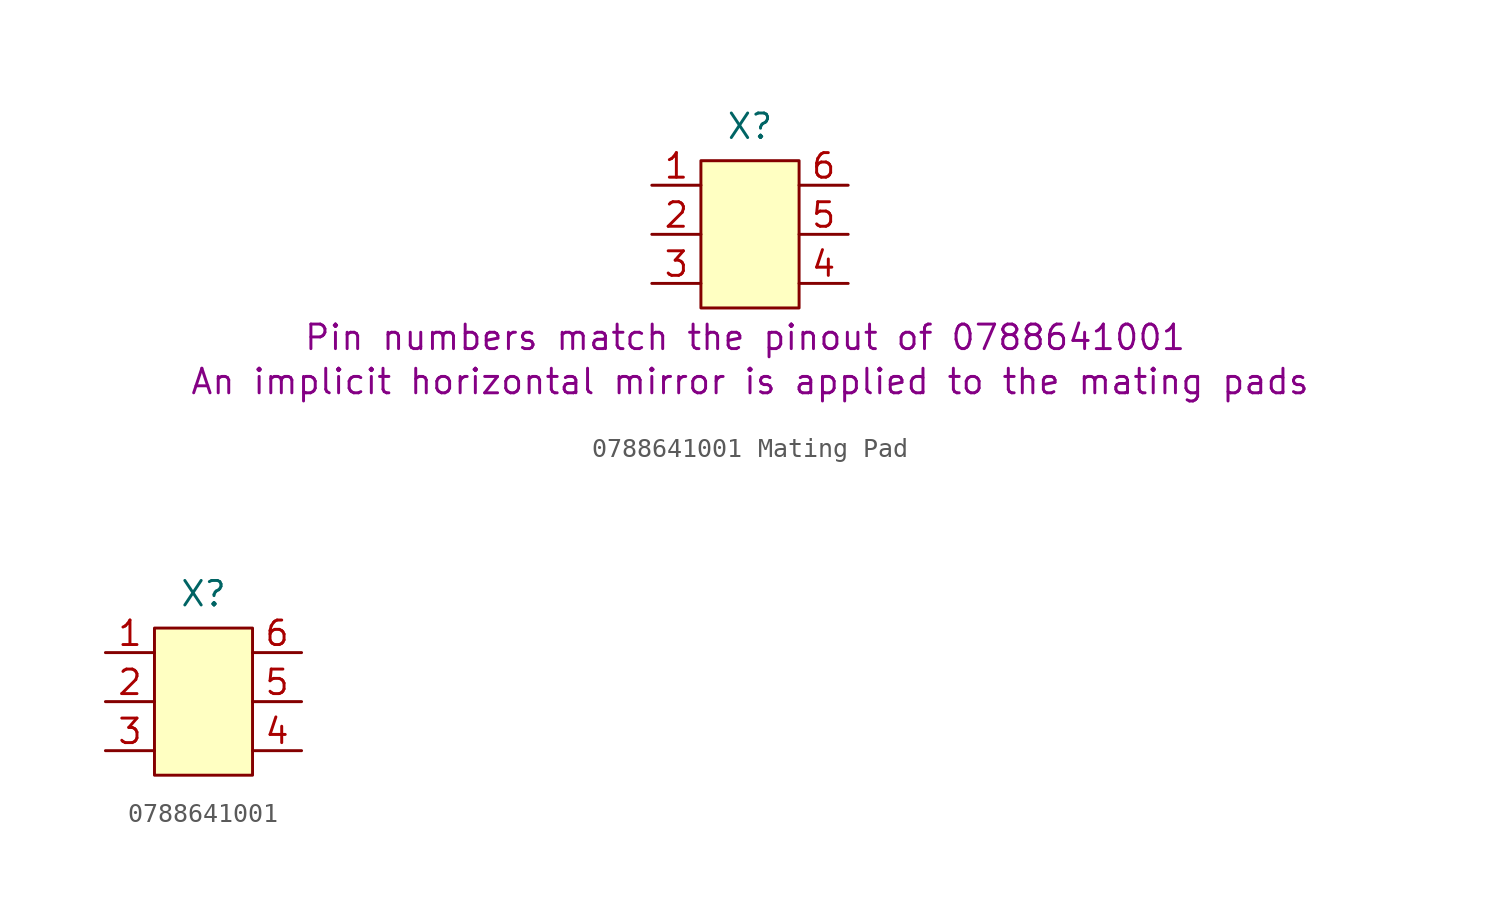
<source format=kicad_sym>
(kicad_symbol_lib
  (version 20241209)
  (generator "kicad_symbol_editor")
  (generator_version "9.0")
  (symbol "0788641001 Mating Pad"
    (property "Reference" "X"
      (at 0 1.778 0)
      (effects (font (size 1.27 1.27))))
    (property "Note1" "Pin numbers match the pinout of 0788641001"
      (at -0.254 -9.144 0)
      (effects (font (size 1.27 1.27))))
    (property "Note2" "An implicit horizontal mirror is applied to the mating pads"
      (at 0 -11.43 0)
      (effects (font (size 1.27 1.27))))
    (symbol "0788641001 Mating Pad_0_1"
      (rectangle (start -2.54 0) (end 2.54 -7.62) (stroke (width 0) (type solid)) (fill (type background))))
    (symbol "0788641001 Mating Pad_1_1"
      (pin passive line (at -5.08 -1.27 0) (length 2.54) (name "" (effects (font (size 1.27 1.27)))) (number "1" (effects (font (size 1.27 1.27)))))
      (pin passive line (at -5.08 -3.81 0) (length 2.54) (name "" (effects (font (size 1.27 1.27)))) (number "2" (effects (font (size 1.27 1.27)))))
      (pin passive line (at -5.08 -6.35 0) (length 2.54) (name "" (effects (font (size 1.27 1.27)))) (number "3" (effects (font (size 1.27 1.27)))))
      (pin passive line (at 5.08 -1.27 180) (length 2.54) (name "" (effects (font (size 1.27 1.27)))) (number "6" (effects (font (size 1.27 1.27)))))
      (pin passive line (at 5.08 -3.81 180) (length 2.54) (name "" (effects (font (size 1.27 1.27)))) (number "5" (effects (font (size 1.27 1.27)))))
      (pin passive line (at 5.08 -6.35 180) (length 2.54) (name "" (effects (font (size 1.27 1.27)))) (number "4" (effects (font (size 1.27 1.27)))))))
  (symbol "0788641001"
    (property "Reference" "X"
      (at 0 1.778 0)
      (effects (font (size 1.27 1.27))))
    (symbol "0788641001_0_1"
      (rectangle (start -2.54 0) (end 2.54 -7.62) (stroke (width 0) (type solid)) (fill (type background))))
    (symbol "0788641001_1_1"
      (pin passive line (at -5.08 -1.27 0) (length 2.54) (name "" (effects (font (size 1.27 1.27)))) (number "1" (effects (font (size 1.27 1.27)))))
      (pin passive line (at -5.08 -3.81 0) (length 2.54) (name "" (effects (font (size 1.27 1.27)))) (number "2" (effects (font (size 1.27 1.27)))))
      (pin passive line (at -5.08 -6.35 0) (length 2.54) (name "" (effects (font (size 1.27 1.27)))) (number "3" (effects (font (size 1.27 1.27)))))
      (pin passive line (at 5.08 -1.27 180) (length 2.54) (name "" (effects (font (size 1.27 1.27)))) (number "6" (effects (font (size 1.27 1.27)))))
      (pin passive line (at 5.08 -3.81 180) (length 2.54) (name "" (effects (font (size 1.27 1.27)))) (number "5" (effects (font (size 1.27 1.27)))))
      (pin passive line (at 5.08 -6.35 180) (length 2.54) (name "" (effects (font (size 1.27 1.27)))) (number "4" (effects (font (size 1.27 1.27))))))))
</source>
